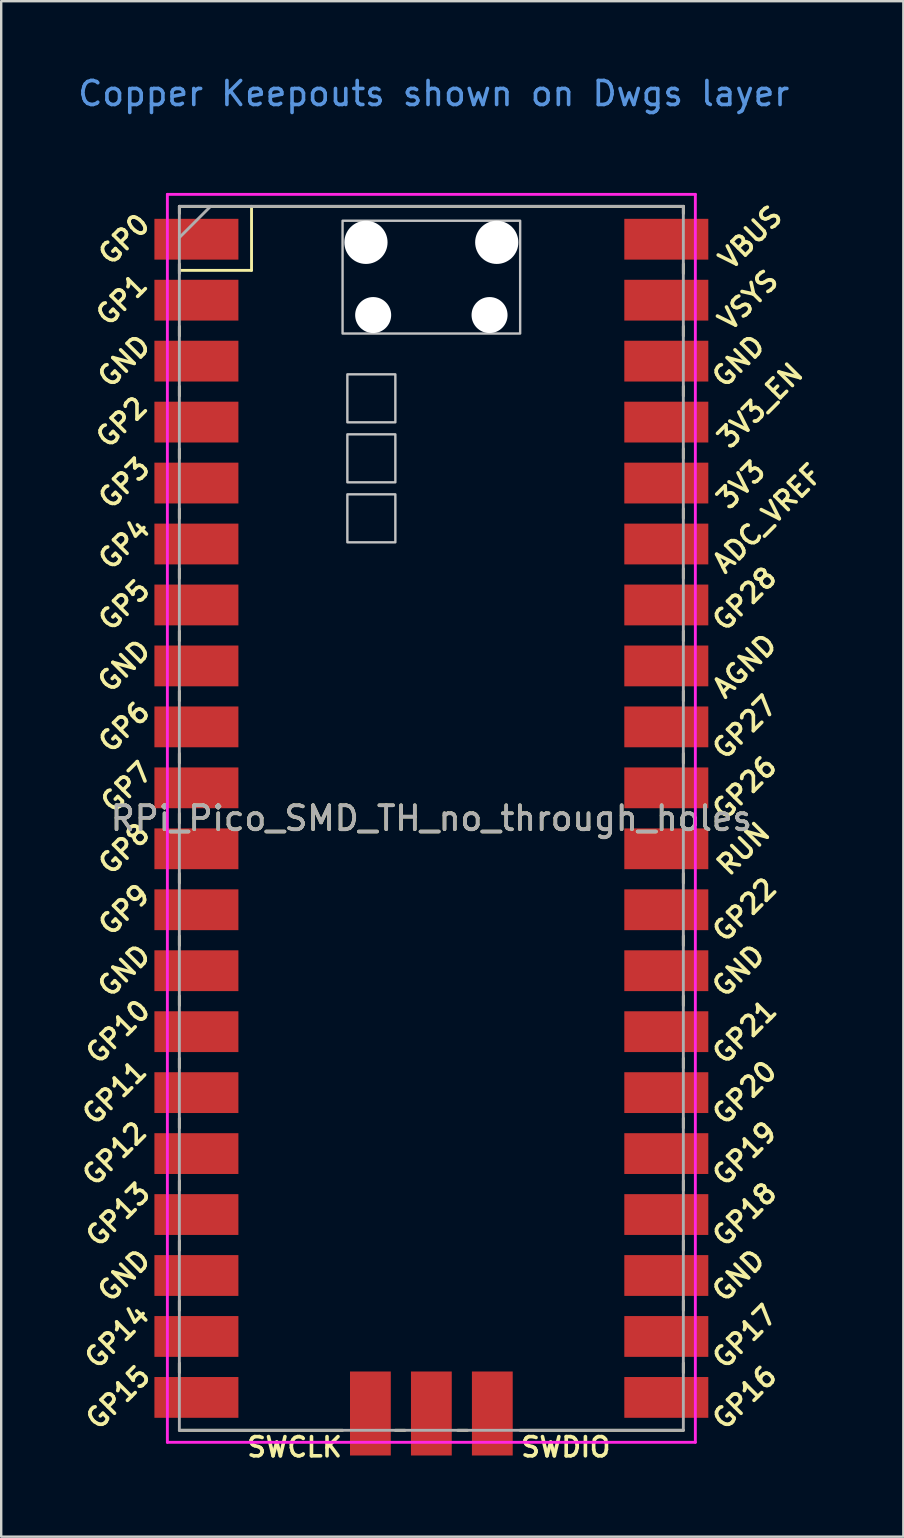
<source format=kicad_pcb>
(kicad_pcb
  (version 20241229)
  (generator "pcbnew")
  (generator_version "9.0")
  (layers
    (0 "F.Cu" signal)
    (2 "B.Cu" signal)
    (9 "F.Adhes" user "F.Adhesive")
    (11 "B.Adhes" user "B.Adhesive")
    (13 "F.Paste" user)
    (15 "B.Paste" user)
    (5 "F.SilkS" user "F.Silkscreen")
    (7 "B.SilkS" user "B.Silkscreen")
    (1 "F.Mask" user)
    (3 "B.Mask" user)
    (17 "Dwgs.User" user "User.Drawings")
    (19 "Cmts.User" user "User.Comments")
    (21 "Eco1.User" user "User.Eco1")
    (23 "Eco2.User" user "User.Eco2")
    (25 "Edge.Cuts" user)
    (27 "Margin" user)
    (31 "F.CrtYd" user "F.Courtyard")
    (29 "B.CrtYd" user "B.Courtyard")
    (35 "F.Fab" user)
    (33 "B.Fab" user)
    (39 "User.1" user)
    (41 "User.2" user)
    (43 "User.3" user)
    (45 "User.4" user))
  (footprint "RPi_Pico_SMD_TH_no_through_holes"
    (layer "F.Cu")
    (at 14.924 31.048)
    (property "Reference" "RPi_Pico_SMD_TH_no_through_holes" (at 0 0 0) (layer "F.SilkS") (effects (font (size 1 1) (thickness 0.15))))
    (attr through_hole)
    (fp_line (start -10.5 -25.5) (end -10.5 -25.2) (stroke (width 0.12) (type solid)) (layer "F.SilkS"))
    (fp_line (start -10.5 -25.5) (end 10.5 -25.5) (stroke (width 0.12) (type solid)) (layer "F.SilkS"))
    (fp_line (start -10.5 -23.1) (end -10.5 -22.7) (stroke (width 0.12) (type solid)) (layer "F.SilkS"))
    (fp_line (start -10.5 -22.833) (end -7.493 -22.833) (stroke (width 0.12) (type solid)) (layer "F.SilkS"))
    (fp_line (start -10.5 -20.5) (end -10.5 -20.1) (stroke (width 0.12) (type solid)) (layer "F.SilkS"))
    (fp_line (start -10.5 -18) (end -10.5 -17.6) (stroke (width 0.12) (type solid)) (layer "F.SilkS"))
    (fp_line (start -10.5 -15.4) (end -10.5 -15) (stroke (width 0.12) (type solid)) (layer "F.SilkS"))
    (fp_line (start -10.5 -12.9) (end -10.5 -12.5) (stroke (width 0.12) (type solid)) (layer "F.SilkS"))
    (fp_line (start -10.5 -10.4) (end -10.5 -10) (stroke (width 0.12) (type solid)) (layer "F.SilkS"))
    (fp_line (start -10.5 -7.8) (end -10.5 -7.4) (stroke (width 0.12) (type solid)) (layer "F.SilkS"))
    (fp_line (start -10.5 -5.3) (end -10.5 -4.9) (stroke (width 0.12) (type solid)) (layer "F.SilkS"))
    (fp_line (start -10.5 -2.7) (end -10.5 -2.3) (stroke (width 0.12) (type solid)) (layer "F.SilkS"))
    (fp_line (start -10.5 -0.2) (end -10.5 0.2) (stroke (width 0.12) (type solid)) (layer "F.SilkS"))
    (fp_line (start -10.5 2.3) (end -10.5 2.7) (stroke (width 0.12) (type solid)) (layer "F.SilkS"))
    (fp_line (start -10.5 4.9) (end -10.5 5.3) (stroke (width 0.12) (type solid)) (layer "F.SilkS"))
    (fp_line (start -10.5 7.4) (end -10.5 7.8) (stroke (width 0.12) (type solid)) (layer "F.SilkS"))
    (fp_line (start -10.5 10) (end -10.5 10.4) (stroke (width 0.12) (type solid)) (layer "F.SilkS"))
    (fp_line (start -10.5 12.5) (end -10.5 12.9) (stroke (width 0.12) (type solid)) (layer "F.SilkS"))
    (fp_line (start -10.5 15.1) (end -10.5 15.5) (stroke (width 0.12) (type solid)) (layer "F.SilkS"))
    (fp_line (start -10.5 17.6) (end -10.5 18) (stroke (width 0.12) (type solid)) (layer "F.SilkS"))
    (fp_line (start -10.5 20.1) (end -10.5 20.5) (stroke (width 0.12) (type solid)) (layer "F.SilkS"))
    (fp_line (start -10.5 22.7) (end -10.5 23.1) (stroke (width 0.12) (type solid)) (layer "F.SilkS"))
    (fp_line (start -7.493 -22.833) (end -7.493 -25.5) (stroke (width 0.12) (type solid)) (layer "F.SilkS"))
    (fp_line (start -3.7 25.5) (end -10.5 25.5) (stroke (width 0.12) (type solid)) (layer "F.SilkS"))
    (fp_line (start -1.5 25.5) (end -1.1 25.5) (stroke (width 0.12) (type solid)) (layer "F.SilkS"))
    (fp_line (start 1.1 25.5) (end 1.5 25.5) (stroke (width 0.12) (type solid)) (layer "F.SilkS"))
    (fp_line (start 10.5 -25.5) (end 10.5 -25.2) (stroke (width 0.12) (type solid)) (layer "F.SilkS"))
    (fp_line (start 10.5 -23.1) (end 10.5 -22.7) (stroke (width 0.12) (type solid)) (layer "F.SilkS"))
    (fp_line (start 10.5 -20.5) (end 10.5 -20.1) (stroke (width 0.12) (type solid)) (layer "F.SilkS"))
    (fp_line (start 10.5 -18) (end 10.5 -17.6) (stroke (width 0.12) (type solid)) (layer "F.SilkS"))
    (fp_line (start 10.5 -15.4) (end 10.5 -15) (stroke (width 0.12) (type solid)) (layer "F.SilkS"))
    (fp_line (start 10.5 -12.9) (end 10.5 -12.5) (stroke (width 0.12) (type solid)) (layer "F.SilkS"))
    (fp_line (start 10.5 -10.4) (end 10.5 -10) (stroke (width 0.12) (type solid)) (layer "F.SilkS"))
    (fp_line (start 10.5 -7.8) (end 10.5 -7.4) (stroke (width 0.12) (type solid)) (layer "F.SilkS"))
    (fp_line (start 10.5 -5.3) (end 10.5 -4.9) (stroke (width 0.12) (type solid)) (layer "F.SilkS"))
    (fp_line (start 10.5 -2.7) (end 10.5 -2.3) (stroke (width 0.12) (type solid)) (layer "F.SilkS"))
    (fp_line (start 10.5 -0.2) (end 10.5 0.2) (stroke (width 0.12) (type solid)) (layer "F.SilkS"))
    (fp_line (start 10.5 2.3) (end 10.5 2.7) (stroke (width 0.12) (type solid)) (layer "F.SilkS"))
    (fp_line (start 10.5 4.9) (end 10.5 5.3) (stroke (width 0.12) (type solid)) (layer "F.SilkS"))
    (fp_line (start 10.5 7.4) (end 10.5 7.8) (stroke (width 0.12) (type solid)) (layer "F.SilkS"))
    (fp_line (start 10.5 10) (end 10.5 10.4) (stroke (width 0.12) (type solid)) (layer "F.SilkS"))
    (fp_line (start 10.5 12.5) (end 10.5 12.9) (stroke (width 0.12) (type solid)) (layer "F.SilkS"))
    (fp_line (start 10.5 15.1) (end 10.5 15.5) (stroke (width 0.12) (type solid)) (layer "F.SilkS"))
    (fp_line (start 10.5 17.6) (end 10.5 18) (stroke (width 0.12) (type solid)) (layer "F.SilkS"))
    (fp_line (start 10.5 20.1) (end 10.5 20.5) (stroke (width 0.12) (type solid)) (layer "F.SilkS"))
    (fp_line (start 10.5 22.7) (end 10.5 23.1) (stroke (width 0.12) (type solid)) (layer "F.SilkS"))
    (fp_line (start 10.5 25.5) (end 3.7 25.5) (stroke (width 0.12) (type solid)) (layer "F.SilkS"))
    (fp_poly (pts (xy -1.5 -16.5) (xy -3.5 -16.5) (xy -3.5 -18.5) (xy -1.5 -18.5)) (stroke (width 0.1) (type solid)) (fill no) (layer "Dwgs.User"))
    (fp_poly (pts (xy -1.5 -14) (xy -3.5 -14) (xy -3.5 -16) (xy -1.5 -16)) (stroke (width 0.1) (type solid)) (fill no) (layer "Dwgs.User"))
    (fp_poly (pts (xy -1.5 -11.5) (xy -3.5 -11.5) (xy -3.5 -13.5) (xy -1.5 -13.5)) (stroke (width 0.1) (type solid)) (fill no) (layer "Dwgs.User"))
    (fp_poly (pts (xy 3.7 -20.2) (xy -3.7 -20.2) (xy -3.7 -24.9) (xy 3.7 -24.9)) (stroke (width 0.1) (type solid)) (fill no) (layer "Dwgs.User"))
    (fp_line (start -11 -26) (end 11 -26) (stroke (width 0.12) (type solid)) (layer "F.CrtYd"))
    (fp_line (start -11 26) (end -11 -26) (stroke (width 0.12) (type solid)) (layer "F.CrtYd"))
    (fp_line (start 11 -26) (end 11 26) (stroke (width 0.12) (type solid)) (layer "F.CrtYd"))
    (fp_line (start 11 26) (end -11 26) (stroke (width 0.12) (type solid)) (layer "F.CrtYd"))
    (fp_line (start -10.5 -25.5) (end 10.5 -25.5) (stroke (width 0.12) (type solid)) (layer "F.Fab"))
    (fp_line (start -10.5 -24.2) (end -9.2 -25.5) (stroke (width 0.12) (type solid)) (layer "F.Fab"))
    (fp_line (start -10.5 25.5) (end -10.5 -25.5) (stroke (width 0.12) (type solid)) (layer "F.Fab"))
    (fp_line (start 10.5 -25.5) (end 10.5 25.5) (stroke (width 0.12) (type solid)) (layer "F.Fab"))
    (fp_line (start 10.5 25.5) (end -10.5 25.5) (stroke (width 0.12) (type solid)) (layer "F.Fab"))
    (fp_text user "GP13" (at -13.054 16.51 45) (layer "F.SilkS") (effects (font (size 0.8 0.8) (thickness 0.15))))
    (fp_text user "GP2" (at -12.9 -16.51 45) (layer "F.SilkS") (effects (font (size 0.8 0.8) (thickness 0.15))))
    (fp_text user "GP19" (at 13.054 13.97 45) (layer "F.SilkS") (effects (font (size 0.8 0.8) (thickness 0.15))))
    (fp_text user "GP14" (at -13.1 21.59 45) (layer "F.SilkS") (effects (font (size 0.8 0.8) (thickness 0.15))))
    (fp_text user "GP10" (at -13.054 8.89 45) (layer "F.SilkS") (effects (font (size 0.8 0.8) (thickness 0.15))))
    (fp_text user "GP20" (at 13.054 11.43 45) (layer "F.SilkS") (effects (font (size 0.8 0.8) (thickness 0.15))))
    (fp_text user "GP4" (at -12.8 -11.43 45) (layer "F.SilkS") (effects (font (size 0.8 0.8) (thickness 0.15))))
    (fp_text user "RUN" (at 13 1.27 45) (layer "F.SilkS") (effects (font (size 0.8 0.8) (thickness 0.15))))
    (fp_text user "AGND" (at 13.054 -6.35 45) (layer "F.SilkS") (effects (font (size 0.8 0.8) (thickness 0.15))))
    (fp_text user "ADC_VREF" (at 14 -12.5 45) (layer "F.SilkS") (effects (font (size 0.8 0.8) (thickness 0.15))))
    (fp_text user "GP7" (at -12.7 -1.3 45) (layer "F.SilkS") (effects (font (size 0.8 0.8) (thickness 0.15))))
    (fp_text user "GP12" (at -13.2 13.97 45) (layer "F.SilkS") (effects (font (size 0.8 0.8) (thickness 0.15))))
    (fp_text user "GP1" (at -12.9 -21.6 45) (layer "F.SilkS") (effects (font (size 0.8 0.8) (thickness 0.15))))
    (fp_text user "3V3_EN" (at 13.7 -17.2 45) (layer "F.SilkS") (effects (font (size 0.8 0.8) (thickness 0.15))))
    (fp_text user "GP16" (at 13.054 24.13 45) (layer "F.SilkS") (effects (font (size 0.8 0.8) (thickness 0.15))))
    (fp_text user "GP18" (at 13.054 16.51 45) (layer "F.SilkS") (effects (font (size 0.8 0.8) (thickness 0.15))))
    (fp_text user "GP9" (at -12.8 3.81 45) (layer "F.SilkS") (effects (font (size 0.8 0.8) (thickness 0.15))))
    (fp_text user "GP15" (at -13.054 24.13 45) (layer "F.SilkS") (effects (font (size 0.8 0.8) (thickness 0.15))))
    (fp_text user "GP26" (at 13.054 -1.27 45) (layer "F.SilkS") (effects (font (size 0.8 0.8) (thickness 0.15))))
    (fp_text user "VBUS" (at 13.3 -24.2 45) (layer "F.SilkS") (effects (font (size 0.8 0.8) (thickness 0.15))))
    (fp_text user "GP17" (at 13.054 21.59 45) (layer "F.SilkS") (effects (font (size 0.8 0.8) (thickness 0.15))))
    (fp_text user "GND" (at 12.8 19.05 45) (layer "F.SilkS") (effects (font (size 0.8 0.8) (thickness 0.15))))
    (fp_text user "GP0" (at -12.8 -24.13 45) (layer "F.SilkS") (effects (font (size 0.8 0.8) (thickness 0.15))))
    (fp_text user "GP28" (at 13.054 -9.144 45) (layer "F.SilkS") (effects (font (size 0.8 0.8) (thickness 0.15))))
    (fp_text user "GP3" (at -12.8 -13.97 45) (layer "F.SilkS") (effects (font (size 0.8 0.8) (thickness 0.15))))
    (fp_text user "GP27" (at 13.054 -3.8 45) (layer "F.SilkS") (effects (font (size 0.8 0.8) (thickness 0.15))))
    (fp_text user "GP22" (at 13.054 3.81 45) (layer "F.SilkS") (effects (font (size 0.8 0.8) (thickness 0.15))))
    (fp_text user "GP11" (at -13.2 11.43 45) (layer "F.SilkS") (effects (font (size 0.8 0.8) (thickness 0.15))))
    (fp_text user "GP6" (at -12.8 -3.81 45) (layer "F.SilkS") (effects (font (size 0.8 0.8) (thickness 0.15))))
    (fp_text user "GND" (at 12.8 6.35 45) (layer "F.SilkS") (effects (font (size 0.8 0.8) (thickness 0.15))))
    (fp_text user "GND" (at -12.8 -19.05 45) (layer "F.SilkS") (effects (font (size 0.8 0.8) (thickness 0.15))))
    (fp_text user "GND" (at -12.8 6.35 45) (layer "F.SilkS") (effects (font (size 0.8 0.8) (thickness 0.15))))
    (fp_text user "SWCLK" (at -5.7 26.2 0) (layer "F.SilkS") (effects (font (size 0.8 0.8) (thickness 0.15))))
    (fp_text user "GND" (at 12.8 -19.05 45) (layer "F.SilkS") (effects (font (size 0.8 0.8) (thickness 0.15))))
    (fp_text user "GP5" (at -12.8 -8.89 45) (layer "F.SilkS") (effects (font (size 0.8 0.8) (thickness 0.15))))
    (fp_text user "GP8" (at -12.8 1.27 45) (layer "F.SilkS") (effects (font (size 0.8 0.8) (thickness 0.15))))
    (fp_text user "GND" (at -12.8 19.05 45) (layer "F.SilkS") (effects (font (size 0.8 0.8) (thickness 0.15))))
    (fp_text user "3V3" (at 12.9 -13.9 45) (layer "F.SilkS") (effects (font (size 0.8 0.8) (thickness 0.15))))
    (fp_text user "VSYS" (at 13.2 -21.59 45) (layer "F.SilkS") (effects (font (size 0.8 0.8) (thickness 0.15))))
    (fp_text user "SWDIO" (at 5.6 26.2 0) (layer "F.SilkS") (effects (font (size 0.8 0.8) (thickness 0.15))))
    (fp_text user "GND" (at -12.8 -6.35 45) (layer "F.SilkS") (effects (font (size 0.8 0.8) (thickness 0.15))))
    (fp_text user "GP21" (at 13.054 8.9 45) (layer "F.SilkS") (effects (font (size 0.8 0.8) (thickness 0.15))))
    (fp_text user "Copper Keepouts shown on Dwgs layer" (at 0.1 -30.2 0) (layer "Cmts.User") (effects (font (size 1 1) (thickness 0.15))))
    (fp_text user "${REFERENCE}" (at 0 0 180) (layer "F.Fab") (effects (font (size 1 1) (thickness 0.15))))
    (pad "" np_thru_hole oval (at -2.725 -24) (size 1.8 1.8) (drill 1.8) (layers "*.Cu" "*.Mask"))
    (pad "" np_thru_hole oval (at -2.425 -20.97) (size 1.5 1.5) (drill 1.5) (layers "*.Cu" "*.Mask"))
    (pad "" np_thru_hole oval (at 2.425 -20.97) (size 1.5 1.5) (drill 1.5) (layers "*.Cu" "*.Mask"))
    (pad "" np_thru_hole oval (at 2.725 -24) (size 1.8 1.8) (drill 1.8) (layers "*.Cu" "*.Mask"))
    (pad "1" smd rect (at -8.89 -24.13) (size 3.5 1.7) (drill (offset -0.9 0)) (layers "F.Cu" "F.Mask"))
    (pad "2" smd rect (at -8.89 -21.59) (size 3.5 1.7) (drill (offset -0.9 0)) (layers "F.Cu" "F.Mask"))
    (pad "3" smd rect (at -8.89 -19.05) (size 3.5 1.7) (drill (offset -0.9 0)) (layers "F.Cu" "F.Mask"))
    (pad "4" smd rect (at -8.89 -16.51) (size 3.5 1.7) (drill (offset -0.9 0)) (layers "F.Cu" "F.Mask"))
    (pad "5" smd rect (at -8.89 -13.97) (size 3.5 1.7) (drill (offset -0.9 0)) (layers "F.Cu" "F.Mask"))
    (pad "6" smd rect (at -8.89 -11.43) (size 3.5 1.7) (drill (offset -0.9 0)) (layers "F.Cu" "F.Mask"))
    (pad "7" smd rect (at -8.89 -8.89) (size 3.5 1.7) (drill (offset -0.9 0)) (layers "F.Cu" "F.Mask"))
    (pad "8" smd rect (at -8.89 -6.35) (size 3.5 1.7) (drill (offset -0.9 0)) (layers "F.Cu" "F.Mask"))
    (pad "9" smd rect (at -8.89 -3.81) (size 3.5 1.7) (drill (offset -0.9 0)) (layers "F.Cu" "F.Mask"))
    (pad "10" smd rect (at -8.89 -1.27) (size 3.5 1.7) (drill (offset -0.9 0)) (layers "F.Cu" "F.Mask"))
    (pad "11" smd rect (at -8.89 1.27) (size 3.5 1.7) (drill (offset -0.9 0)) (layers "F.Cu" "F.Mask"))
    (pad "12" smd rect (at -8.89 3.81) (size 3.5 1.7) (drill (offset -0.9 0)) (layers "F.Cu" "F.Mask"))
    (pad "13" smd rect (at -8.89 6.35) (size 3.5 1.7) (drill (offset -0.9 0)) (layers "F.Cu" "F.Mask"))
    (pad "14" smd rect (at -8.89 8.89) (size 3.5 1.7) (drill (offset -0.9 0)) (layers "F.Cu" "F.Mask"))
    (pad "15" smd rect (at -8.89 11.43) (size 3.5 1.7) (drill (offset -0.9 0)) (layers "F.Cu" "F.Mask"))
    (pad "16" smd rect (at -8.89 13.97) (size 3.5 1.7) (drill (offset -0.9 0)) (layers "F.Cu" "F.Mask"))
    (pad "17" smd rect (at -8.89 16.51) (size 3.5 1.7) (drill (offset -0.9 0)) (layers "F.Cu" "F.Mask"))
    (pad "18" smd rect (at -8.89 19.05) (size 3.5 1.7) (drill (offset -0.9 0)) (layers "F.Cu" "F.Mask"))
    (pad "19" smd rect (at -8.89 21.59) (size 3.5 1.7) (drill (offset -0.9 0)) (layers "F.Cu" "F.Mask"))
    (pad "20" smd rect (at -8.89 24.13) (size 3.5 1.7) (drill (offset -0.9 0)) (layers "F.Cu" "F.Mask"))
    (pad "21" smd rect (at 8.89 24.13) (size 3.5 1.7) (drill (offset 0.9 0)) (layers "F.Cu" "F.Mask"))
    (pad "22" smd rect (at 8.89 21.59) (size 3.5 1.7) (drill (offset 0.9 0)) (layers "F.Cu" "F.Mask"))
    (pad "23" smd rect (at 8.89 19.05) (size 3.5 1.7) (drill (offset 0.9 0)) (layers "F.Cu" "F.Mask"))
    (pad "24" smd rect (at 8.89 16.51) (size 3.5 1.7) (drill (offset 0.9 0)) (layers "F.Cu" "F.Mask"))
    (pad "25" smd rect (at 8.89 13.97) (size 3.5 1.7) (drill (offset 0.9 0)) (layers "F.Cu" "F.Mask"))
    (pad "26" smd rect (at 8.89 11.43) (size 3.5 1.7) (drill (offset 0.9 0)) (layers "F.Cu" "F.Mask"))
    (pad "27" smd rect (at 8.89 8.89) (size 3.5 1.7) (drill (offset 0.9 0)) (layers "F.Cu" "F.Mask"))
    (pad "28" smd rect (at 8.89 6.35) (size 3.5 1.7) (drill (offset 0.9 0)) (layers "F.Cu" "F.Mask"))
    (pad "29" smd rect (at 8.89 3.81) (size 3.5 1.7) (drill (offset 0.9 0)) (layers "F.Cu" "F.Mask"))
    (pad "30" smd rect (at 8.89 1.27) (size 3.5 1.7) (drill (offset 0.9 0)) (layers "F.Cu" "F.Mask"))
    (pad "31" smd rect (at 8.89 -1.27) (size 3.5 1.7) (drill (offset 0.9 0)) (layers "F.Cu" "F.Mask"))
    (pad "32" smd rect (at 8.89 -3.81) (size 3.5 1.7) (drill (offset 0.9 0)) (layers "F.Cu" "F.Mask"))
    (pad "33" smd rect (at 8.89 -6.35) (size 3.5 1.7) (drill (offset 0.9 0)) (layers "F.Cu" "F.Mask"))
    (pad "34" smd rect (at 8.89 -8.89) (size 3.5 1.7) (drill (offset 0.9 0)) (layers "F.Cu" "F.Mask"))
    (pad "35" smd rect (at 8.89 -11.43) (size 3.5 1.7) (drill (offset 0.9 0)) (layers "F.Cu" "F.Mask"))
    (pad "36" smd rect (at 8.89 -13.97) (size 3.5 1.7) (drill (offset 0.9 0)) (layers "F.Cu" "F.Mask"))
    (pad "37" smd rect (at 8.89 -16.51) (size 3.5 1.7) (drill (offset 0.9 0)) (layers "F.Cu" "F.Mask"))
    (pad "38" smd rect (at 8.89 -19.05) (size 3.5 1.7) (drill (offset 0.9 0)) (layers "F.Cu" "F.Mask"))
    (pad "39" smd rect (at 8.89 -21.59) (size 3.5 1.7) (drill (offset 0.9 0)) (layers "F.Cu" "F.Mask"))
    (pad "40" smd rect (at 8.89 -24.13) (size 3.5 1.7) (drill (offset 0.9 0)) (layers "F.Cu" "F.Mask"))
    (pad "41" smd rect (at -2.54 23.9 90) (size 3.5 1.7) (drill (offset -0.9 0)) (layers "F.Cu" "F.Mask"))
    (pad "42" smd rect (at 0 23.9 90) (size 3.5 1.7) (drill (offset -0.9 0)) (layers "F.Cu" "F.Mask"))
    (pad "43" smd rect (at 2.54 23.9 90) (size 3.5 1.7) (drill (offset -0.9 0)) (layers "F.Cu" "F.Mask")))
  (gr_rect
    (start -3 -3)
    (end 34.591 60.98)
    (stroke (width 0.1) (type default))
    (fill no)
    (layer "Edge.Cuts")))
</source>
